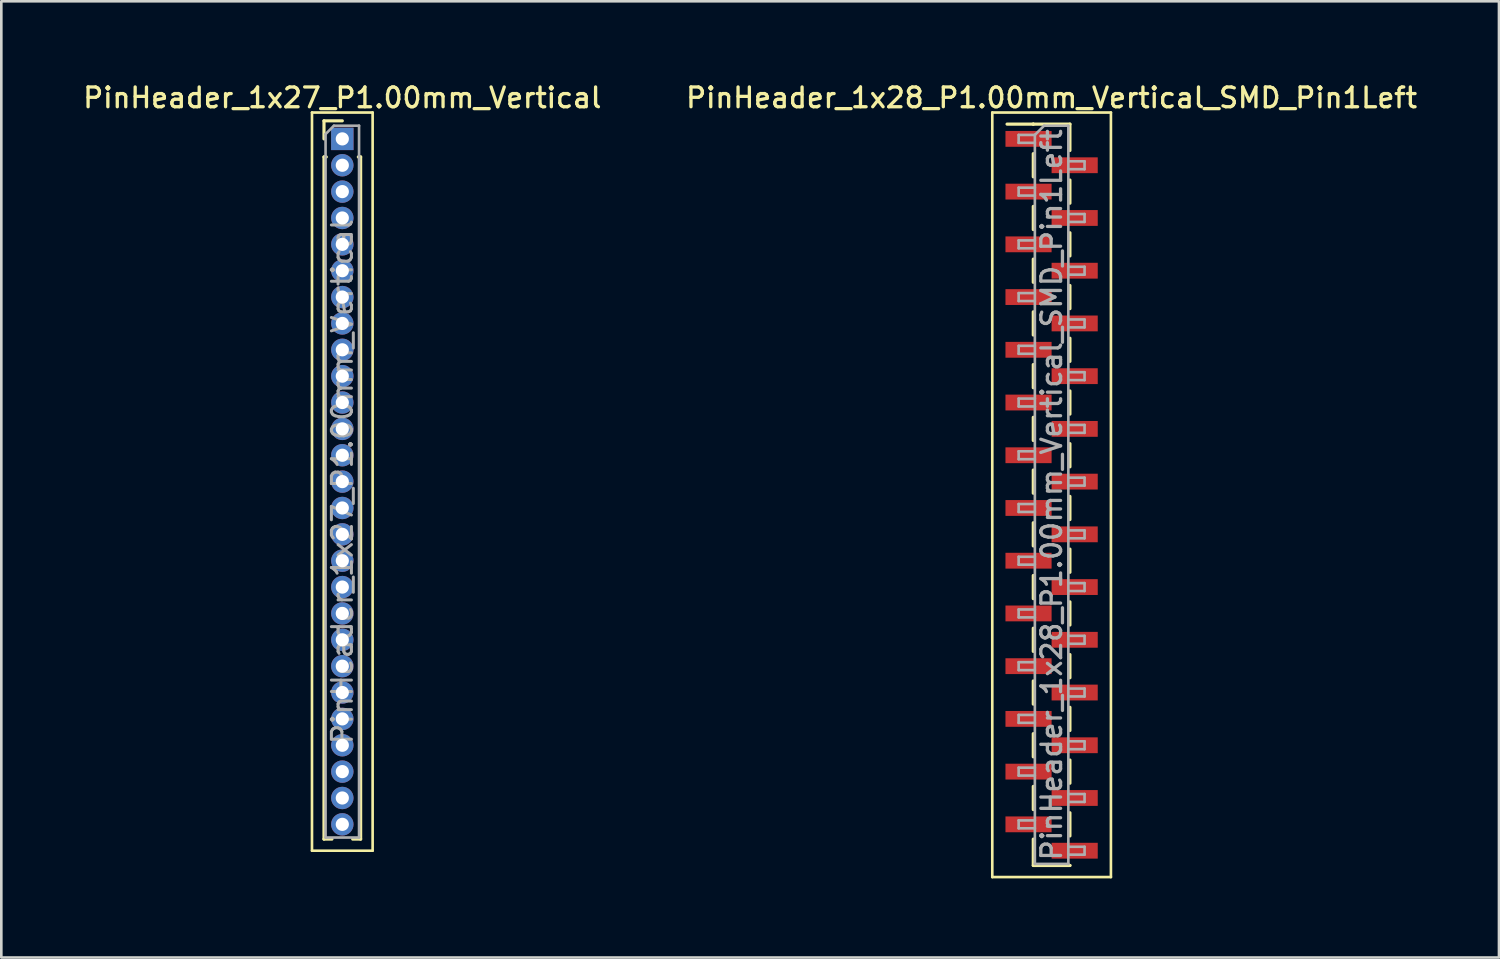
<source format=kicad_pcb>
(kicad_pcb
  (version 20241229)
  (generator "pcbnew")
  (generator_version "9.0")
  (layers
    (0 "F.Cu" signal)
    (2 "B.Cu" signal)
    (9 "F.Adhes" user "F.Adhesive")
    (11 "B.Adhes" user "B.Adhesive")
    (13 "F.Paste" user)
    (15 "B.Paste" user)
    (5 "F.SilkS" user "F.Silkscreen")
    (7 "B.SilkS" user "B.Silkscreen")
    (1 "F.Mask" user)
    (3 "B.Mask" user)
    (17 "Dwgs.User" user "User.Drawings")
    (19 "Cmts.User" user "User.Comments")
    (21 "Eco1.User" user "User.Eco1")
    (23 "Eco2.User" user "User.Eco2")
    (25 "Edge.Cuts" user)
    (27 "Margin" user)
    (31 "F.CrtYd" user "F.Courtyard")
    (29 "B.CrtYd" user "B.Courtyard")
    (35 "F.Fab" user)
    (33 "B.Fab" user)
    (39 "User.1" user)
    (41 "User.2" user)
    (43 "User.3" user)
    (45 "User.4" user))
  (footprint "PinHeader_1x28_P1.00mm_Vertical_SMD_Pin1Left"
    (layer "F.Cu")
    (at 36.838 15.718)
    (property "Reference" "PinHeader_1x28_P1.00mm_Vertical_SMD_Pin1Left" (at 0 -15.06 0) (layer "F.SilkS") (effects (font (size 0.75 0.75) (thickness 0.125))))
    (attr smd)
    (fp_line (start -2.25 -14.5) (end -2.25 14.5) (stroke (width 0.1) (type solid)) (layer "F.SilkS"))
    (fp_line (start -2.25 14.5) (end 2.25 14.5) (stroke (width 0.1) (type solid)) (layer "F.SilkS"))
    (fp_line (start -0.695 -14.06) (end -1.69 -14.06) (stroke (width 0.12) (type solid)) (layer "F.SilkS"))
    (fp_line (start -0.695 -14.06) (end -0.695 -14.06) (stroke (width 0.12) (type solid)) (layer "F.SilkS"))
    (fp_line (start -0.695 -14.06) (end 0.695 -14.06) (stroke (width 0.12) (type solid)) (layer "F.SilkS"))
    (fp_line (start -0.695 -12.94) (end -0.695 -12.06) (stroke (width 0.12) (type solid)) (layer "F.SilkS"))
    (fp_line (start -0.695 -10.94) (end -0.695 -10.06) (stroke (width 0.12) (type solid)) (layer "F.SilkS"))
    (fp_line (start -0.695 -8.94) (end -0.695 -8.06) (stroke (width 0.12) (type solid)) (layer "F.SilkS"))
    (fp_line (start -0.695 -6.94) (end -0.695 -6.06) (stroke (width 0.12) (type solid)) (layer "F.SilkS"))
    (fp_line (start -0.695 -4.94) (end -0.695 -4.06) (stroke (width 0.12) (type solid)) (layer "F.SilkS"))
    (fp_line (start -0.695 -2.94) (end -0.695 -2.06) (stroke (width 0.12) (type solid)) (layer "F.SilkS"))
    (fp_line (start -0.695 -0.94) (end -0.695 -0.06) (stroke (width 0.12) (type solid)) (layer "F.SilkS"))
    (fp_line (start -0.695 1.06) (end -0.695 1.94) (stroke (width 0.12) (type solid)) (layer "F.SilkS"))
    (fp_line (start -0.695 3.06) (end -0.695 3.94) (stroke (width 0.12) (type solid)) (layer "F.SilkS"))
    (fp_line (start -0.695 5.06) (end -0.695 5.94) (stroke (width 0.12) (type solid)) (layer "F.SilkS"))
    (fp_line (start -0.695 7.06) (end -0.695 7.94) (stroke (width 0.12) (type solid)) (layer "F.SilkS"))
    (fp_line (start -0.695 9.06) (end -0.695 9.94) (stroke (width 0.12) (type solid)) (layer "F.SilkS"))
    (fp_line (start -0.695 11.06) (end -0.695 11.94) (stroke (width 0.12) (type solid)) (layer "F.SilkS"))
    (fp_line (start -0.695 13.06) (end -0.695 14.06) (stroke (width 0.12) (type solid)) (layer "F.SilkS"))
    (fp_line (start -0.695 14.06) (end 0.695 14.06) (stroke (width 0.12) (type solid)) (layer "F.SilkS"))
    (fp_line (start 0.695 -14.06) (end 0.695 -13.06) (stroke (width 0.12) (type solid)) (layer "F.SilkS"))
    (fp_line (start 0.695 -11.94) (end 0.695 -11.06) (stroke (width 0.12) (type solid)) (layer "F.SilkS"))
    (fp_line (start 0.695 -9.94) (end 0.695 -9.06) (stroke (width 0.12) (type solid)) (layer "F.SilkS"))
    (fp_line (start 0.695 -7.94) (end 0.695 -7.06) (stroke (width 0.12) (type solid)) (layer "F.SilkS"))
    (fp_line (start 0.695 -5.94) (end 0.695 -5.06) (stroke (width 0.12) (type solid)) (layer "F.SilkS"))
    (fp_line (start 0.695 -3.94) (end 0.695 -3.06) (stroke (width 0.12) (type solid)) (layer "F.SilkS"))
    (fp_line (start 0.695 -1.94) (end 0.695 -1.06) (stroke (width 0.12) (type solid)) (layer "F.SilkS"))
    (fp_line (start 0.695 0.06) (end 0.695 0.94) (stroke (width 0.12) (type solid)) (layer "F.SilkS"))
    (fp_line (start 0.695 2.06) (end 0.695 2.94) (stroke (width 0.12) (type solid)) (layer "F.SilkS"))
    (fp_line (start 0.695 4.06) (end 0.695 4.94) (stroke (width 0.12) (type solid)) (layer "F.SilkS"))
    (fp_line (start 0.695 6.06) (end 0.695 6.94) (stroke (width 0.12) (type solid)) (layer "F.SilkS"))
    (fp_line (start 0.695 8.06) (end 0.695 8.94) (stroke (width 0.12) (type solid)) (layer "F.SilkS"))
    (fp_line (start 0.695 10.06) (end 0.695 10.94) (stroke (width 0.12) (type solid)) (layer "F.SilkS"))
    (fp_line (start 0.695 12.06) (end 0.695 12.94) (stroke (width 0.12) (type solid)) (layer "F.SilkS"))
    (fp_line (start 0.695 14.06) (end 0.695 14.06) (stroke (width 0.12) (type solid)) (layer "F.SilkS"))
    (fp_line (start 2.25 -14.5) (end -2.25 -14.5) (stroke (width 0.1) (type solid)) (layer "F.SilkS"))
    (fp_line (start 2.25 14.5) (end 2.25 -14.5) (stroke (width 0.1) (type solid)) (layer "F.SilkS"))
    (fp_line (start -1.25 -13.65) (end -1.25 -13.35) (stroke (width 0.1) (type solid)) (layer "F.Fab"))
    (fp_line (start -1.25 -13.35) (end -0.635 -13.35) (stroke (width 0.1) (type solid)) (layer "F.Fab"))
    (fp_line (start -1.25 -11.65) (end -1.25 -11.35) (stroke (width 0.1) (type solid)) (layer "F.Fab"))
    (fp_line (start -1.25 -11.35) (end -0.635 -11.35) (stroke (width 0.1) (type solid)) (layer "F.Fab"))
    (fp_line (start -1.25 -9.65) (end -1.25 -9.35) (stroke (width 0.1) (type solid)) (layer "F.Fab"))
    (fp_line (start -1.25 -9.35) (end -0.635 -9.35) (stroke (width 0.1) (type solid)) (layer "F.Fab"))
    (fp_line (start -1.25 -7.65) (end -1.25 -7.35) (stroke (width 0.1) (type solid)) (layer "F.Fab"))
    (fp_line (start -1.25 -7.35) (end -0.635 -7.35) (stroke (width 0.1) (type solid)) (layer "F.Fab"))
    (fp_line (start -1.25 -5.65) (end -1.25 -5.35) (stroke (width 0.1) (type solid)) (layer "F.Fab"))
    (fp_line (start -1.25 -5.35) (end -0.635 -5.35) (stroke (width 0.1) (type solid)) (layer "F.Fab"))
    (fp_line (start -1.25 -3.65) (end -1.25 -3.35) (stroke (width 0.1) (type solid)) (layer "F.Fab"))
    (fp_line (start -1.25 -3.35) (end -0.635 -3.35) (stroke (width 0.1) (type solid)) (layer "F.Fab"))
    (fp_line (start -1.25 -1.65) (end -1.25 -1.35) (stroke (width 0.1) (type solid)) (layer "F.Fab"))
    (fp_line (start -1.25 -1.35) (end -0.635 -1.35) (stroke (width 0.1) (type solid)) (layer "F.Fab"))
    (fp_line (start -1.25 0.35) (end -1.25 0.65) (stroke (width 0.1) (type solid)) (layer "F.Fab"))
    (fp_line (start -1.25 0.65) (end -0.635 0.65) (stroke (width 0.1) (type solid)) (layer "F.Fab"))
    (fp_line (start -1.25 2.35) (end -1.25 2.65) (stroke (width 0.1) (type solid)) (layer "F.Fab"))
    (fp_line (start -1.25 2.65) (end -0.635 2.65) (stroke (width 0.1) (type solid)) (layer "F.Fab"))
    (fp_line (start -1.25 4.35) (end -1.25 4.65) (stroke (width 0.1) (type solid)) (layer "F.Fab"))
    (fp_line (start -1.25 4.65) (end -0.635 4.65) (stroke (width 0.1) (type solid)) (layer "F.Fab"))
    (fp_line (start -1.25 6.35) (end -1.25 6.65) (stroke (width 0.1) (type solid)) (layer "F.Fab"))
    (fp_line (start -1.25 6.65) (end -0.635 6.65) (stroke (width 0.1) (type solid)) (layer "F.Fab"))
    (fp_line (start -1.25 8.35) (end -1.25 8.65) (stroke (width 0.1) (type solid)) (layer "F.Fab"))
    (fp_line (start -1.25 8.65) (end -0.635 8.65) (stroke (width 0.1) (type solid)) (layer "F.Fab"))
    (fp_line (start -1.25 10.35) (end -1.25 10.65) (stroke (width 0.1) (type solid)) (layer "F.Fab"))
    (fp_line (start -1.25 10.65) (end -0.635 10.65) (stroke (width 0.1) (type solid)) (layer "F.Fab"))
    (fp_line (start -1.25 12.35) (end -1.25 12.65) (stroke (width 0.1) (type solid)) (layer "F.Fab"))
    (fp_line (start -1.25 12.65) (end -0.635 12.65) (stroke (width 0.1) (type solid)) (layer "F.Fab"))
    (fp_line (start -0.635 -13.65) (end -1.25 -13.65) (stroke (width 0.1) (type solid)) (layer "F.Fab"))
    (fp_line (start -0.635 -13.65) (end -0.285 -14) (stroke (width 0.1) (type solid)) (layer "F.Fab"))
    (fp_line (start -0.635 -11.65) (end -1.25 -11.65) (stroke (width 0.1) (type solid)) (layer "F.Fab"))
    (fp_line (start -0.635 -9.65) (end -1.25 -9.65) (stroke (width 0.1) (type solid)) (layer "F.Fab"))
    (fp_line (start -0.635 -7.65) (end -1.25 -7.65) (stroke (width 0.1) (type solid)) (layer "F.Fab"))
    (fp_line (start -0.635 -5.65) (end -1.25 -5.65) (stroke (width 0.1) (type solid)) (layer "F.Fab"))
    (fp_line (start -0.635 -3.65) (end -1.25 -3.65) (stroke (width 0.1) (type solid)) (layer "F.Fab"))
    (fp_line (start -0.635 -1.65) (end -1.25 -1.65) (stroke (width 0.1) (type solid)) (layer "F.Fab"))
    (fp_line (start -0.635 0.35) (end -1.25 0.35) (stroke (width 0.1) (type solid)) (layer "F.Fab"))
    (fp_line (start -0.635 2.35) (end -1.25 2.35) (stroke (width 0.1) (type solid)) (layer "F.Fab"))
    (fp_line (start -0.635 4.35) (end -1.25 4.35) (stroke (width 0.1) (type solid)) (layer "F.Fab"))
    (fp_line (start -0.635 6.35) (end -1.25 6.35) (stroke (width 0.1) (type solid)) (layer "F.Fab"))
    (fp_line (start -0.635 8.35) (end -1.25 8.35) (stroke (width 0.1) (type solid)) (layer "F.Fab"))
    (fp_line (start -0.635 10.35) (end -1.25 10.35) (stroke (width 0.1) (type solid)) (layer "F.Fab"))
    (fp_line (start -0.635 12.35) (end -1.25 12.35) (stroke (width 0.1) (type solid)) (layer "F.Fab"))
    (fp_line (start -0.635 14) (end -0.635 -13.65) (stroke (width 0.1) (type solid)) (layer "F.Fab"))
    (fp_line (start -0.285 -14) (end 0.635 -14) (stroke (width 0.1) (type solid)) (layer "F.Fab"))
    (fp_line (start 0.635 -14) (end 0.635 14) (stroke (width 0.1) (type solid)) (layer "F.Fab"))
    (fp_line (start 0.635 -12.65) (end 1.25 -12.65) (stroke (width 0.1) (type solid)) (layer "F.Fab"))
    (fp_line (start 0.635 -10.65) (end 1.25 -10.65) (stroke (width 0.1) (type solid)) (layer "F.Fab"))
    (fp_line (start 0.635 -8.65) (end 1.25 -8.65) (stroke (width 0.1) (type solid)) (layer "F.Fab"))
    (fp_line (start 0.635 -6.65) (end 1.25 -6.65) (stroke (width 0.1) (type solid)) (layer "F.Fab"))
    (fp_line (start 0.635 -4.65) (end 1.25 -4.65) (stroke (width 0.1) (type solid)) (layer "F.Fab"))
    (fp_line (start 0.635 -2.65) (end 1.25 -2.65) (stroke (width 0.1) (type solid)) (layer "F.Fab"))
    (fp_line (start 0.635 -0.65) (end 1.25 -0.65) (stroke (width 0.1) (type solid)) (layer "F.Fab"))
    (fp_line (start 0.635 1.35) (end 1.25 1.35) (stroke (width 0.1) (type solid)) (layer "F.Fab"))
    (fp_line (start 0.635 3.35) (end 1.25 3.35) (stroke (width 0.1) (type solid)) (layer "F.Fab"))
    (fp_line (start 0.635 5.35) (end 1.25 5.35) (stroke (width 0.1) (type solid)) (layer "F.Fab"))
    (fp_line (start 0.635 7.35) (end 1.25 7.35) (stroke (width 0.1) (type solid)) (layer "F.Fab"))
    (fp_line (start 0.635 9.35) (end 1.25 9.35) (stroke (width 0.1) (type solid)) (layer "F.Fab"))
    (fp_line (start 0.635 11.35) (end 1.25 11.35) (stroke (width 0.1) (type solid)) (layer "F.Fab"))
    (fp_line (start 0.635 13.35) (end 1.25 13.35) (stroke (width 0.1) (type solid)) (layer "F.Fab"))
    (fp_line (start 0.635 14) (end -0.635 14) (stroke (width 0.1) (type solid)) (layer "F.Fab"))
    (fp_line (start 1.25 -12.65) (end 1.25 -12.35) (stroke (width 0.1) (type solid)) (layer "F.Fab"))
    (fp_line (start 1.25 -12.35) (end 0.635 -12.35) (stroke (width 0.1) (type solid)) (layer "F.Fab"))
    (fp_line (start 1.25 -10.65) (end 1.25 -10.35) (stroke (width 0.1) (type solid)) (layer "F.Fab"))
    (fp_line (start 1.25 -10.35) (end 0.635 -10.35) (stroke (width 0.1) (type solid)) (layer "F.Fab"))
    (fp_line (start 1.25 -8.65) (end 1.25 -8.35) (stroke (width 0.1) (type solid)) (layer "F.Fab"))
    (fp_line (start 1.25 -8.35) (end 0.635 -8.35) (stroke (width 0.1) (type solid)) (layer "F.Fab"))
    (fp_line (start 1.25 -6.65) (end 1.25 -6.35) (stroke (width 0.1) (type solid)) (layer "F.Fab"))
    (fp_line (start 1.25 -6.35) (end 0.635 -6.35) (stroke (width 0.1) (type solid)) (layer "F.Fab"))
    (fp_line (start 1.25 -4.65) (end 1.25 -4.35) (stroke (width 0.1) (type solid)) (layer "F.Fab"))
    (fp_line (start 1.25 -4.35) (end 0.635 -4.35) (stroke (width 0.1) (type solid)) (layer "F.Fab"))
    (fp_line (start 1.25 -2.65) (end 1.25 -2.35) (stroke (width 0.1) (type solid)) (layer "F.Fab"))
    (fp_line (start 1.25 -2.35) (end 0.635 -2.35) (stroke (width 0.1) (type solid)) (layer "F.Fab"))
    (fp_line (start 1.25 -0.65) (end 1.25 -0.35) (stroke (width 0.1) (type solid)) (layer "F.Fab"))
    (fp_line (start 1.25 -0.35) (end 0.635 -0.35) (stroke (width 0.1) (type solid)) (layer "F.Fab"))
    (fp_line (start 1.25 1.35) (end 1.25 1.65) (stroke (width 0.1) (type solid)) (layer "F.Fab"))
    (fp_line (start 1.25 1.65) (end 0.635 1.65) (stroke (width 0.1) (type solid)) (layer "F.Fab"))
    (fp_line (start 1.25 3.35) (end 1.25 3.65) (stroke (width 0.1) (type solid)) (layer "F.Fab"))
    (fp_line (start 1.25 3.65) (end 0.635 3.65) (stroke (width 0.1) (type solid)) (layer "F.Fab"))
    (fp_line (start 1.25 5.35) (end 1.25 5.65) (stroke (width 0.1) (type solid)) (layer "F.Fab"))
    (fp_line (start 1.25 5.65) (end 0.635 5.65) (stroke (width 0.1) (type solid)) (layer "F.Fab"))
    (fp_line (start 1.25 7.35) (end 1.25 7.65) (stroke (width 0.1) (type solid)) (layer "F.Fab"))
    (fp_line (start 1.25 7.65) (end 0.635 7.65) (stroke (width 0.1) (type solid)) (layer "F.Fab"))
    (fp_line (start 1.25 9.35) (end 1.25 9.65) (stroke (width 0.1) (type solid)) (layer "F.Fab"))
    (fp_line (start 1.25 9.65) (end 0.635 9.65) (stroke (width 0.1) (type solid)) (layer "F.Fab"))
    (fp_line (start 1.25 11.35) (end 1.25 11.65) (stroke (width 0.1) (type solid)) (layer "F.Fab"))
    (fp_line (start 1.25 11.65) (end 0.635 11.65) (stroke (width 0.1) (type solid)) (layer "F.Fab"))
    (fp_line (start 1.25 13.35) (end 1.25 13.65) (stroke (width 0.1) (type solid)) (layer "F.Fab"))
    (fp_line (start 1.25 13.65) (end 0.635 13.65) (stroke (width 0.1) (type solid)) (layer "F.Fab"))
    (fp_text user "${REFERENCE}" (at 0 0 90) (layer "F.Fab") (effects (font (size 0.75 0.75) (thickness 0.125))))
    (pad "1" smd rect (at -0.875 -13.5) (size 1.75 0.6) (layers "F.Cu" "F.Mask" "F.Paste"))
    (pad "2" smd rect (at 0.875 -12.5) (size 1.75 0.6) (layers "F.Cu" "F.Mask" "F.Paste"))
    (pad "3" smd rect (at -0.875 -11.5) (size 1.75 0.6) (layers "F.Cu" "F.Mask" "F.Paste"))
    (pad "4" smd rect (at 0.875 -10.5) (size 1.75 0.6) (layers "F.Cu" "F.Mask" "F.Paste"))
    (pad "5" smd rect (at -0.875 -9.5) (size 1.75 0.6) (layers "F.Cu" "F.Mask" "F.Paste"))
    (pad "6" smd rect (at 0.875 -8.5) (size 1.75 0.6) (layers "F.Cu" "F.Mask" "F.Paste"))
    (pad "7" smd rect (at -0.875 -7.5) (size 1.75 0.6) (layers "F.Cu" "F.Mask" "F.Paste"))
    (pad "8" smd rect (at 0.875 -6.5) (size 1.75 0.6) (layers "F.Cu" "F.Mask" "F.Paste"))
    (pad "9" smd rect (at -0.875 -5.5) (size 1.75 0.6) (layers "F.Cu" "F.Mask" "F.Paste"))
    (pad "10" smd rect (at 0.875 -4.5) (size 1.75 0.6) (layers "F.Cu" "F.Mask" "F.Paste"))
    (pad "11" smd rect (at -0.875 -3.5) (size 1.75 0.6) (layers "F.Cu" "F.Mask" "F.Paste"))
    (pad "12" smd rect (at 0.875 -2.5) (size 1.75 0.6) (layers "F.Cu" "F.Mask" "F.Paste"))
    (pad "13" smd rect (at -0.875 -1.5) (size 1.75 0.6) (layers "F.Cu" "F.Mask" "F.Paste"))
    (pad "14" smd rect (at 0.875 -0.5) (size 1.75 0.6) (layers "F.Cu" "F.Mask" "F.Paste"))
    (pad "15" smd rect (at -0.875 0.5) (size 1.75 0.6) (layers "F.Cu" "F.Mask" "F.Paste"))
    (pad "16" smd rect (at 0.875 1.5) (size 1.75 0.6) (layers "F.Cu" "F.Mask" "F.Paste"))
    (pad "17" smd rect (at -0.875 2.5) (size 1.75 0.6) (layers "F.Cu" "F.Mask" "F.Paste"))
    (pad "18" smd rect (at 0.875 3.5) (size 1.75 0.6) (layers "F.Cu" "F.Mask" "F.Paste"))
    (pad "19" smd rect (at -0.875 4.5) (size 1.75 0.6) (layers "F.Cu" "F.Mask" "F.Paste"))
    (pad "20" smd rect (at 0.875 5.5) (size 1.75 0.6) (layers "F.Cu" "F.Mask" "F.Paste"))
    (pad "21" smd rect (at -0.875 6.5) (size 1.75 0.6) (layers "F.Cu" "F.Mask" "F.Paste"))
    (pad "22" smd rect (at 0.875 7.5) (size 1.75 0.6) (layers "F.Cu" "F.Mask" "F.Paste"))
    (pad "23" smd rect (at -0.875 8.5) (size 1.75 0.6) (layers "F.Cu" "F.Mask" "F.Paste"))
    (pad "24" smd rect (at 0.875 9.5) (size 1.75 0.6) (layers "F.Cu" "F.Mask" "F.Paste"))
    (pad "25" smd rect (at -0.875 10.5) (size 1.75 0.6) (layers "F.Cu" "F.Mask" "F.Paste"))
    (pad "26" smd rect (at 0.875 11.5) (size 1.75 0.6) (layers "F.Cu" "F.Mask" "F.Paste"))
    (pad "27" smd rect (at -0.875 12.5) (size 1.75 0.6) (layers "F.Cu" "F.Mask" "F.Paste"))
    (pad "28" smd rect (at 0.875 13.5) (size 1.75 0.6) (layers "F.Cu" "F.Mask" "F.Paste")))
  (footprint "PinHeader_1x27_P1.00mm_Vertical"
    (layer "F.Cu")
    (at 9.934 2.218)
    (property "Reference" "PinHeader_1x27_P1.00mm_Vertical" (at 0 -1.56 0) (layer "F.SilkS") (effects (font (size 0.75 0.75) (thickness 0.125))))
    (attr through_hole)
    (fp_line (start -1.15 -1) (end -1.15 27) (stroke (width 0.1) (type solid)) (layer "F.SilkS"))
    (fp_line (start -1.15 27) (end 1.15 27) (stroke (width 0.1) (type solid)) (layer "F.SilkS"))
    (fp_line (start -0.695 -0.685) (end 0 -0.685) (stroke (width 0.12) (type solid)) (layer "F.SilkS"))
    (fp_line (start -0.695 0) (end -0.695 -0.685) (stroke (width 0.12) (type solid)) (layer "F.SilkS"))
    (fp_line (start -0.695 0.685) (end -0.695 26.56) (stroke (width 0.12) (type solid)) (layer "F.SilkS"))
    (fp_line (start -0.695 0.685) (end -0.608 0.685) (stroke (width 0.12) (type solid)) (layer "F.SilkS"))
    (fp_line (start -0.695 26.56) (end -0.394 26.56) (stroke (width 0.12) (type solid)) (layer "F.SilkS"))
    (fp_line (start 0.394 26.56) (end 0.695 26.56) (stroke (width 0.12) (type solid)) (layer "F.SilkS"))
    (fp_line (start 0.608 0.685) (end 0.695 0.685) (stroke (width 0.12) (type solid)) (layer "F.SilkS"))
    (fp_line (start 0.695 0.685) (end 0.695 26.56) (stroke (width 0.12) (type solid)) (layer "F.SilkS"))
    (fp_line (start 1.15 -1) (end -1.15 -1) (stroke (width 0.1) (type solid)) (layer "F.SilkS"))
    (fp_line (start 1.15 27) (end 1.15 -1) (stroke (width 0.1) (type solid)) (layer "F.SilkS"))
    (fp_line (start -0.635 -0.182) (end -0.318 -0.5) (stroke (width 0.1) (type solid)) (layer "F.Fab"))
    (fp_line (start -0.635 26.5) (end -0.635 -0.182) (stroke (width 0.1) (type solid)) (layer "F.Fab"))
    (fp_line (start -0.318 -0.5) (end 0.635 -0.5) (stroke (width 0.1) (type solid)) (layer "F.Fab"))
    (fp_line (start 0.635 -0.5) (end 0.635 26.5) (stroke (width 0.1) (type solid)) (layer "F.Fab"))
    (fp_line (start 0.635 26.5) (end -0.635 26.5) (stroke (width 0.1) (type solid)) (layer "F.Fab"))
    (fp_text user "${REFERENCE}" (at 0 13 90) (layer "F.Fab") (effects (font (size 0.76 0.76) (thickness 0.114))))
    (pad "1" thru_hole rect (at 0 0) (size 0.85 0.85) (drill 0.5) (layers "*.Cu" "*.Mask"))
    (pad "2" thru_hole oval (at 0 1) (size 0.85 0.85) (drill 0.5) (layers "*.Cu" "*.Mask"))
    (pad "3" thru_hole oval (at 0 2) (size 0.85 0.85) (drill 0.5) (layers "*.Cu" "*.Mask"))
    (pad "4" thru_hole oval (at 0 3) (size 0.85 0.85) (drill 0.5) (layers "*.Cu" "*.Mask"))
    (pad "5" thru_hole oval (at 0 4) (size 0.85 0.85) (drill 0.5) (layers "*.Cu" "*.Mask"))
    (pad "6" thru_hole oval (at 0 5) (size 0.85 0.85) (drill 0.5) (layers "*.Cu" "*.Mask"))
    (pad "7" thru_hole oval (at 0 6) (size 0.85 0.85) (drill 0.5) (layers "*.Cu" "*.Mask"))
    (pad "8" thru_hole oval (at 0 7) (size 0.85 0.85) (drill 0.5) (layers "*.Cu" "*.Mask"))
    (pad "9" thru_hole oval (at 0 8) (size 0.85 0.85) (drill 0.5) (layers "*.Cu" "*.Mask"))
    (pad "10" thru_hole oval (at 0 9) (size 0.85 0.85) (drill 0.5) (layers "*.Cu" "*.Mask"))
    (pad "11" thru_hole oval (at 0 10) (size 0.85 0.85) (drill 0.5) (layers "*.Cu" "*.Mask"))
    (pad "12" thru_hole oval (at 0 11) (size 0.85 0.85) (drill 0.5) (layers "*.Cu" "*.Mask"))
    (pad "13" thru_hole oval (at 0 12) (size 0.85 0.85) (drill 0.5) (layers "*.Cu" "*.Mask"))
    (pad "14" thru_hole oval (at 0 13) (size 0.85 0.85) (drill 0.5) (layers "*.Cu" "*.Mask"))
    (pad "15" thru_hole oval (at 0 14) (size 0.85 0.85) (drill 0.5) (layers "*.Cu" "*.Mask"))
    (pad "16" thru_hole oval (at 0 15) (size 0.85 0.85) (drill 0.5) (layers "*.Cu" "*.Mask"))
    (pad "17" thru_hole oval (at 0 16) (size 0.85 0.85) (drill 0.5) (layers "*.Cu" "*.Mask"))
    (pad "18" thru_hole oval (at 0 17) (size 0.85 0.85) (drill 0.5) (layers "*.Cu" "*.Mask"))
    (pad "19" thru_hole oval (at 0 18) (size 0.85 0.85) (drill 0.5) (layers "*.Cu" "*.Mask"))
    (pad "20" thru_hole oval (at 0 19) (size 0.85 0.85) (drill 0.5) (layers "*.Cu" "*.Mask"))
    (pad "21" thru_hole oval (at 0 20) (size 0.85 0.85) (drill 0.5) (layers "*.Cu" "*.Mask"))
    (pad "22" thru_hole oval (at 0 21) (size 0.85 0.85) (drill 0.5) (layers "*.Cu" "*.Mask"))
    (pad "23" thru_hole oval (at 0 22) (size 0.85 0.85) (drill 0.5) (layers "*.Cu" "*.Mask"))
    (pad "24" thru_hole oval (at 0 23) (size 0.85 0.85) (drill 0.5) (layers "*.Cu" "*.Mask"))
    (pad "25" thru_hole oval (at 0 24) (size 0.85 0.85) (drill 0.5) (layers "*.Cu" "*.Mask"))
    (pad "26" thru_hole oval (at 0 25) (size 0.85 0.85) (drill 0.5) (layers "*.Cu" "*.Mask"))
    (pad "27" thru_hole oval (at 0 26) (size 0.85 0.85) (drill 0.5) (layers "*.Cu" "*.Mask")))
  (gr_rect
    (start -3 -3)
    (end 53.807 33.268)
    (stroke (width 0.1) (type default))
    (fill no)
    (layer "Edge.Cuts")))
</source>
